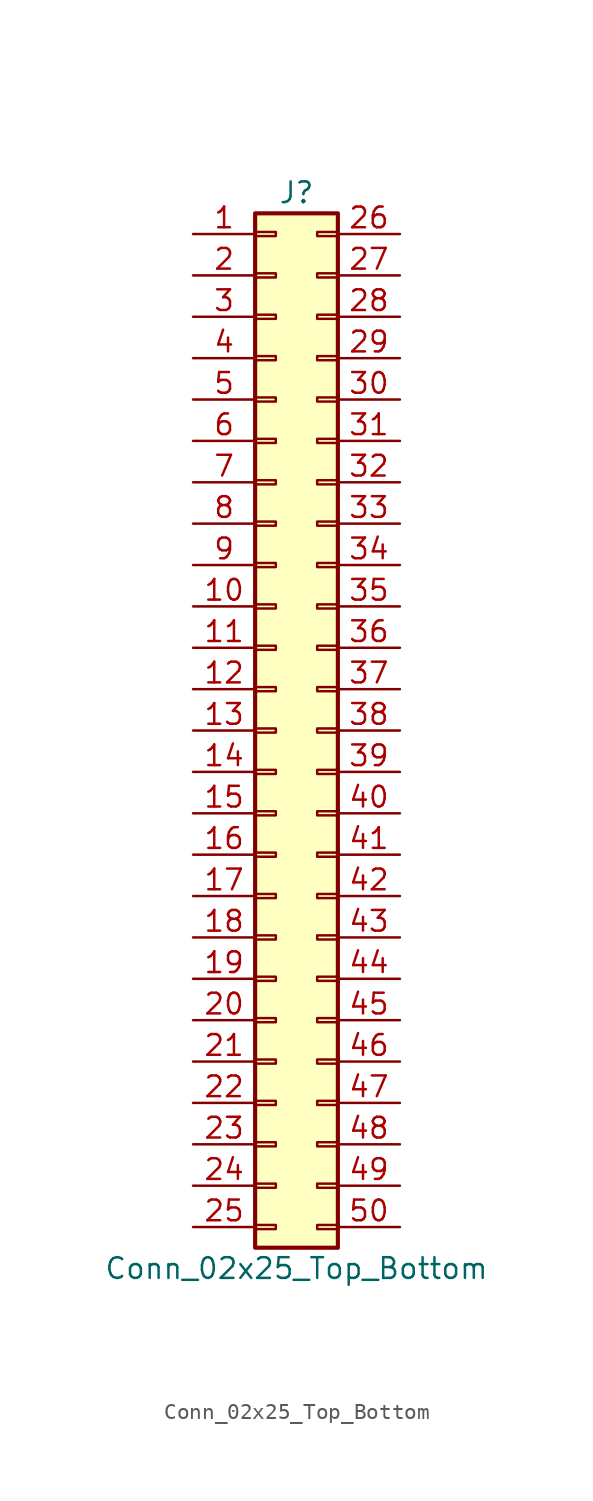
<source format=kicad_sym>
(kicad_symbol_lib
  (version 20201005)
  (generator kicad_symbol_editor)
  (symbol "Connector_Generic:Conn_02x25_Top_Bottom"
    (pin_names
      (offset 1.016) hide)
    (property "Reference" "J"
      (at 1.27 33.02 0)
      (effects (font (size 1.27 1.27))))
    (property "Value" "Conn_02x25_Top_Bottom"
      (at 1.27 -33.02 0)
      (effects (font (size 1.27 1.27))))
    (symbol "Conn_02x25_Top_Bottom_1_1"
      (rectangle (start -1.27 -27.813) (end 0 -28.067) (stroke (width 0.152)) (fill (type none)))
      (rectangle (start -1.27 -30.353) (end 0 -30.607) (stroke (width 0.152)) (fill (type none)))
      (rectangle (start -1.27 -4.953) (end 0 -5.207) (stroke (width 0.152)) (fill (type none)))
      (rectangle (start -1.27 -7.493) (end 0 -7.747) (stroke (width 0.152)) (fill (type none)))
      (rectangle (start -1.27 -10.033) (end 0 -10.287) (stroke (width 0.152)) (fill (type none)))
      (rectangle (start -1.27 -12.573) (end 0 -12.827) (stroke (width 0.152)) (fill (type none)))
      (rectangle (start -1.27 -15.113) (end 0 -15.367) (stroke (width 0.152)) (fill (type none)))
      (rectangle (start -1.27 -17.653) (end 0 -17.907) (stroke (width 0.152)) (fill (type none)))
      (rectangle (start -1.27 -20.193) (end 0 -20.447) (stroke (width 0.152)) (fill (type none)))
      (rectangle (start -1.27 -22.733) (end 0 -22.987) (stroke (width 0.152)) (fill (type none)))
      (rectangle (start -1.27 -2.413) (end 0 -2.667) (stroke (width 0.152)) (fill (type none)))
      (rectangle (start -1.27 -25.273) (end 0 -25.527) (stroke (width 0.152)) (fill (type none)))
      (rectangle (start -1.27 25.527) (end 0 25.273) (stroke (width 0.152)) (fill (type none)))
      (rectangle (start -1.27 2.667) (end 0 2.413) (stroke (width 0.152)) (fill (type none)))
      (rectangle (start -1.27 28.067) (end 0 27.813) (stroke (width 0.152)) (fill (type none)))
      (rectangle (start -1.27 30.607) (end 0 30.353) (stroke (width 0.152)) (fill (type none)))
      (rectangle (start -1.27 31.75) (end 3.81 -31.75) (stroke (width 0.254)) (fill (type background)))
      (rectangle (start -1.27 5.207) (end 0 4.953) (stroke (width 0.152)) (fill (type none)))
      (rectangle (start -1.27 7.747) (end 0 7.493) (stroke (width 0.152)) (fill (type none)))
      (rectangle (start -1.27 10.287) (end 0 10.033) (stroke (width 0.152)) (fill (type none)))
      (rectangle (start -1.27 0.127) (end 0 -0.127) (stroke (width 0.152)) (fill (type none)))
      (rectangle (start -1.27 12.827) (end 0 12.573) (stroke (width 0.152)) (fill (type none)))
      (rectangle (start -1.27 15.367) (end 0 15.113) (stroke (width 0.152)) (fill (type none)))
      (rectangle (start -1.27 17.907) (end 0 17.653) (stroke (width 0.152)) (fill (type none)))
      (rectangle (start -1.27 20.447) (end 0 20.193) (stroke (width 0.152)) (fill (type none)))
      (rectangle (start -1.27 22.987) (end 0 22.733) (stroke (width 0.152)) (fill (type none)))
      (rectangle (start 3.81 -27.813) (end 2.54 -28.067) (stroke (width 0.152)) (fill (type none)))
      (rectangle (start 3.81 -30.353) (end 2.54 -30.607) (stroke (width 0.152)) (fill (type none)))
      (rectangle (start 3.81 -4.953) (end 2.54 -5.207) (stroke (width 0.152)) (fill (type none)))
      (rectangle (start 3.81 -7.493) (end 2.54 -7.747) (stroke (width 0.152)) (fill (type none)))
      (rectangle (start 3.81 -10.033) (end 2.54 -10.287) (stroke (width 0.152)) (fill (type none)))
      (rectangle (start 3.81 -12.573) (end 2.54 -12.827) (stroke (width 0.152)) (fill (type none)))
      (rectangle (start 3.81 -15.113) (end 2.54 -15.367) (stroke (width 0.152)) (fill (type none)))
      (rectangle (start 3.81 -17.653) (end 2.54 -17.907) (stroke (width 0.152)) (fill (type none)))
      (rectangle (start 3.81 -20.193) (end 2.54 -20.447) (stroke (width 0.152)) (fill (type none)))
      (rectangle (start 3.81 -22.733) (end 2.54 -22.987) (stroke (width 0.152)) (fill (type none)))
      (rectangle (start 3.81 -2.413) (end 2.54 -2.667) (stroke (width 0.152)) (fill (type none)))
      (rectangle (start 3.81 -25.273) (end 2.54 -25.527) (stroke (width 0.152)) (fill (type none)))
      (rectangle (start 3.81 25.527) (end 2.54 25.273) (stroke (width 0.152)) (fill (type none)))
      (rectangle (start 3.81 2.667) (end 2.54 2.413) (stroke (width 0.152)) (fill (type none)))
      (rectangle (start 3.81 28.067) (end 2.54 27.813) (stroke (width 0.152)) (fill (type none)))
      (rectangle (start 3.81 30.607) (end 2.54 30.353) (stroke (width 0.152)) (fill (type none)))
      (rectangle (start 3.81 5.207) (end 2.54 4.953) (stroke (width 0.152)) (fill (type none)))
      (rectangle (start 3.81 7.747) (end 2.54 7.493) (stroke (width 0.152)) (fill (type none)))
      (rectangle (start 3.81 10.287) (end 2.54 10.033) (stroke (width 0.152)) (fill (type none)))
      (rectangle (start 3.81 0.127) (end 2.54 -0.127) (stroke (width 0.152)) (fill (type none)))
      (rectangle (start 3.81 12.827) (end 2.54 12.573) (stroke (width 0.152)) (fill (type none)))
      (rectangle (start 3.81 15.367) (end 2.54 15.113) (stroke (width 0.152)) (fill (type none)))
      (rectangle (start 3.81 17.907) (end 2.54 17.653) (stroke (width 0.152)) (fill (type none)))
      (rectangle (start 3.81 20.447) (end 2.54 20.193) (stroke (width 0.152)) (fill (type none)))
      (rectangle (start 3.81 22.987) (end 2.54 22.733) (stroke (width 0.152)) (fill (type none)))
      (pin passive line (at -5.08 30.48 0) (length 3.81) (name "Pin_1" (effects (font (size 1.27 1.27)))) (number "1" (effects (font (size 1.27 1.27)))))
      (pin passive line (at -5.08 7.62 0) (length 3.81) (name "Pin_10" (effects (font (size 1.27 1.27)))) (number "10" (effects (font (size 1.27 1.27)))))
      (pin passive line (at -5.08 5.08 0) (length 3.81) (name "Pin_11" (effects (font (size 1.27 1.27)))) (number "11" (effects (font (size 1.27 1.27)))))
      (pin passive line (at -5.08 2.54 0) (length 3.81) (name "Pin_12" (effects (font (size 1.27 1.27)))) (number "12" (effects (font (size 1.27 1.27)))))
      (pin passive line (at -5.08 0 0) (length 3.81) (name "Pin_13" (effects (font (size 1.27 1.27)))) (number "13" (effects (font (size 1.27 1.27)))))
      (pin passive line (at -5.08 -2.54 0) (length 3.81) (name "Pin_14" (effects (font (size 1.27 1.27)))) (number "14" (effects (font (size 1.27 1.27)))))
      (pin passive line (at -5.08 -5.08 0) (length 3.81) (name "Pin_15" (effects (font (size 1.27 1.27)))) (number "15" (effects (font (size 1.27 1.27)))))
      (pin passive line (at -5.08 -7.62 0) (length 3.81) (name "Pin_16" (effects (font (size 1.27 1.27)))) (number "16" (effects (font (size 1.27 1.27)))))
      (pin passive line (at -5.08 -10.16 0) (length 3.81) (name "Pin_17" (effects (font (size 1.27 1.27)))) (number "17" (effects (font (size 1.27 1.27)))))
      (pin passive line (at -5.08 -12.7 0) (length 3.81) (name "Pin_18" (effects (font (size 1.27 1.27)))) (number "18" (effects (font (size 1.27 1.27)))))
      (pin passive line (at -5.08 -15.24 0) (length 3.81) (name "Pin_19" (effects (font (size 1.27 1.27)))) (number "19" (effects (font (size 1.27 1.27)))))
      (pin passive line (at -5.08 27.94 0) (length 3.81) (name "Pin_2" (effects (font (size 1.27 1.27)))) (number "2" (effects (font (size 1.27 1.27)))))
      (pin passive line (at -5.08 -17.78 0) (length 3.81) (name "Pin_20" (effects (font (size 1.27 1.27)))) (number "20" (effects (font (size 1.27 1.27)))))
      (pin passive line (at -5.08 -20.32 0) (length 3.81) (name "Pin_21" (effects (font (size 1.27 1.27)))) (number "21" (effects (font (size 1.27 1.27)))))
      (pin passive line (at -5.08 -22.86 0) (length 3.81) (name "Pin_22" (effects (font (size 1.27 1.27)))) (number "22" (effects (font (size 1.27 1.27)))))
      (pin passive line (at -5.08 -25.4 0) (length 3.81) (name "Pin_23" (effects (font (size 1.27 1.27)))) (number "23" (effects (font (size 1.27 1.27)))))
      (pin passive line (at -5.08 -27.94 0) (length 3.81) (name "Pin_24" (effects (font (size 1.27 1.27)))) (number "24" (effects (font (size 1.27 1.27)))))
      (pin passive line (at -5.08 -30.48 0) (length 3.81) (name "Pin_25" (effects (font (size 1.27 1.27)))) (number "25" (effects (font (size 1.27 1.27)))))
      (pin passive line (at 7.62 30.48 180) (length 3.81) (name "Pin_26" (effects (font (size 1.27 1.27)))) (number "26" (effects (font (size 1.27 1.27)))))
      (pin passive line (at 7.62 27.94 180) (length 3.81) (name "Pin_27" (effects (font (size 1.27 1.27)))) (number "27" (effects (font (size 1.27 1.27)))))
      (pin passive line (at 7.62 25.4 180) (length 3.81) (name "Pin_28" (effects (font (size 1.27 1.27)))) (number "28" (effects (font (size 1.27 1.27)))))
      (pin passive line (at 7.62 22.86 180) (length 3.81) (name "Pin_29" (effects (font (size 1.27 1.27)))) (number "29" (effects (font (size 1.27 1.27)))))
      (pin passive line (at -5.08 25.4 0) (length 3.81) (name "Pin_3" (effects (font (size 1.27 1.27)))) (number "3" (effects (font (size 1.27 1.27)))))
      (pin passive line (at 7.62 20.32 180) (length 3.81) (name "Pin_30" (effects (font (size 1.27 1.27)))) (number "30" (effects (font (size 1.27 1.27)))))
      (pin passive line (at 7.62 17.78 180) (length 3.81) (name "Pin_31" (effects (font (size 1.27 1.27)))) (number "31" (effects (font (size 1.27 1.27)))))
      (pin passive line (at 7.62 15.24 180) (length 3.81) (name "Pin_32" (effects (font (size 1.27 1.27)))) (number "32" (effects (font (size 1.27 1.27)))))
      (pin passive line (at 7.62 12.7 180) (length 3.81) (name "Pin_33" (effects (font (size 1.27 1.27)))) (number "33" (effects (font (size 1.27 1.27)))))
      (pin passive line (at 7.62 10.16 180) (length 3.81) (name "Pin_34" (effects (font (size 1.27 1.27)))) (number "34" (effects (font (size 1.27 1.27)))))
      (pin passive line (at 7.62 7.62 180) (length 3.81) (name "Pin_35" (effects (font (size 1.27 1.27)))) (number "35" (effects (font (size 1.27 1.27)))))
      (pin passive line (at 7.62 5.08 180) (length 3.81) (name "Pin_36" (effects (font (size 1.27 1.27)))) (number "36" (effects (font (size 1.27 1.27)))))
      (pin passive line (at 7.62 2.54 180) (length 3.81) (name "Pin_37" (effects (font (size 1.27 1.27)))) (number "37" (effects (font (size 1.27 1.27)))))
      (pin passive line (at 7.62 0 180) (length 3.81) (name "Pin_38" (effects (font (size 1.27 1.27)))) (number "38" (effects (font (size 1.27 1.27)))))
      (pin passive line (at 7.62 -2.54 180) (length 3.81) (name "Pin_39" (effects (font (size 1.27 1.27)))) (number "39" (effects (font (size 1.27 1.27)))))
      (pin passive line (at -5.08 22.86 0) (length 3.81) (name "Pin_4" (effects (font (size 1.27 1.27)))) (number "4" (effects (font (size 1.27 1.27)))))
      (pin passive line (at 7.62 -5.08 180) (length 3.81) (name "Pin_40" (effects (font (size 1.27 1.27)))) (number "40" (effects (font (size 1.27 1.27)))))
      (pin passive line (at 7.62 -7.62 180) (length 3.81) (name "Pin_41" (effects (font (size 1.27 1.27)))) (number "41" (effects (font (size 1.27 1.27)))))
      (pin passive line (at 7.62 -10.16 180) (length 3.81) (name "Pin_42" (effects (font (size 1.27 1.27)))) (number "42" (effects (font (size 1.27 1.27)))))
      (pin passive line (at 7.62 -12.7 180) (length 3.81) (name "Pin_43" (effects (font (size 1.27 1.27)))) (number "43" (effects (font (size 1.27 1.27)))))
      (pin passive line (at 7.62 -15.24 180) (length 3.81) (name "Pin_44" (effects (font (size 1.27 1.27)))) (number "44" (effects (font (size 1.27 1.27)))))
      (pin passive line (at 7.62 -17.78 180) (length 3.81) (name "Pin_45" (effects (font (size 1.27 1.27)))) (number "45" (effects (font (size 1.27 1.27)))))
      (pin passive line (at 7.62 -20.32 180) (length 3.81) (name "Pin_46" (effects (font (size 1.27 1.27)))) (number "46" (effects (font (size 1.27 1.27)))))
      (pin passive line (at 7.62 -22.86 180) (length 3.81) (name "Pin_47" (effects (font (size 1.27 1.27)))) (number "47" (effects (font (size 1.27 1.27)))))
      (pin passive line (at 7.62 -25.4 180) (length 3.81) (name "Pin_48" (effects (font (size 1.27 1.27)))) (number "48" (effects (font (size 1.27 1.27)))))
      (pin passive line (at 7.62 -27.94 180) (length 3.81) (name "Pin_49" (effects (font (size 1.27 1.27)))) (number "49" (effects (font (size 1.27 1.27)))))
      (pin passive line (at -5.08 20.32 0) (length 3.81) (name "Pin_5" (effects (font (size 1.27 1.27)))) (number "5" (effects (font (size 1.27 1.27)))))
      (pin passive line (at 7.62 -30.48 180) (length 3.81) (name "Pin_50" (effects (font (size 1.27 1.27)))) (number "50" (effects (font (size 1.27 1.27)))))
      (pin passive line (at -5.08 17.78 0) (length 3.81) (name "Pin_6" (effects (font (size 1.27 1.27)))) (number "6" (effects (font (size 1.27 1.27)))))
      (pin passive line (at -5.08 15.24 0) (length 3.81) (name "Pin_7" (effects (font (size 1.27 1.27)))) (number "7" (effects (font (size 1.27 1.27)))))
      (pin passive line (at -5.08 12.7 0) (length 3.81) (name "Pin_8" (effects (font (size 1.27 1.27)))) (number "8" (effects (font (size 1.27 1.27)))))
      (pin passive line (at -5.08 10.16 0) (length 3.81) (name "Pin_9" (effects (font (size 1.27 1.27)))) (number "9" (effects (font (size 1.27 1.27))))))))
</source>
